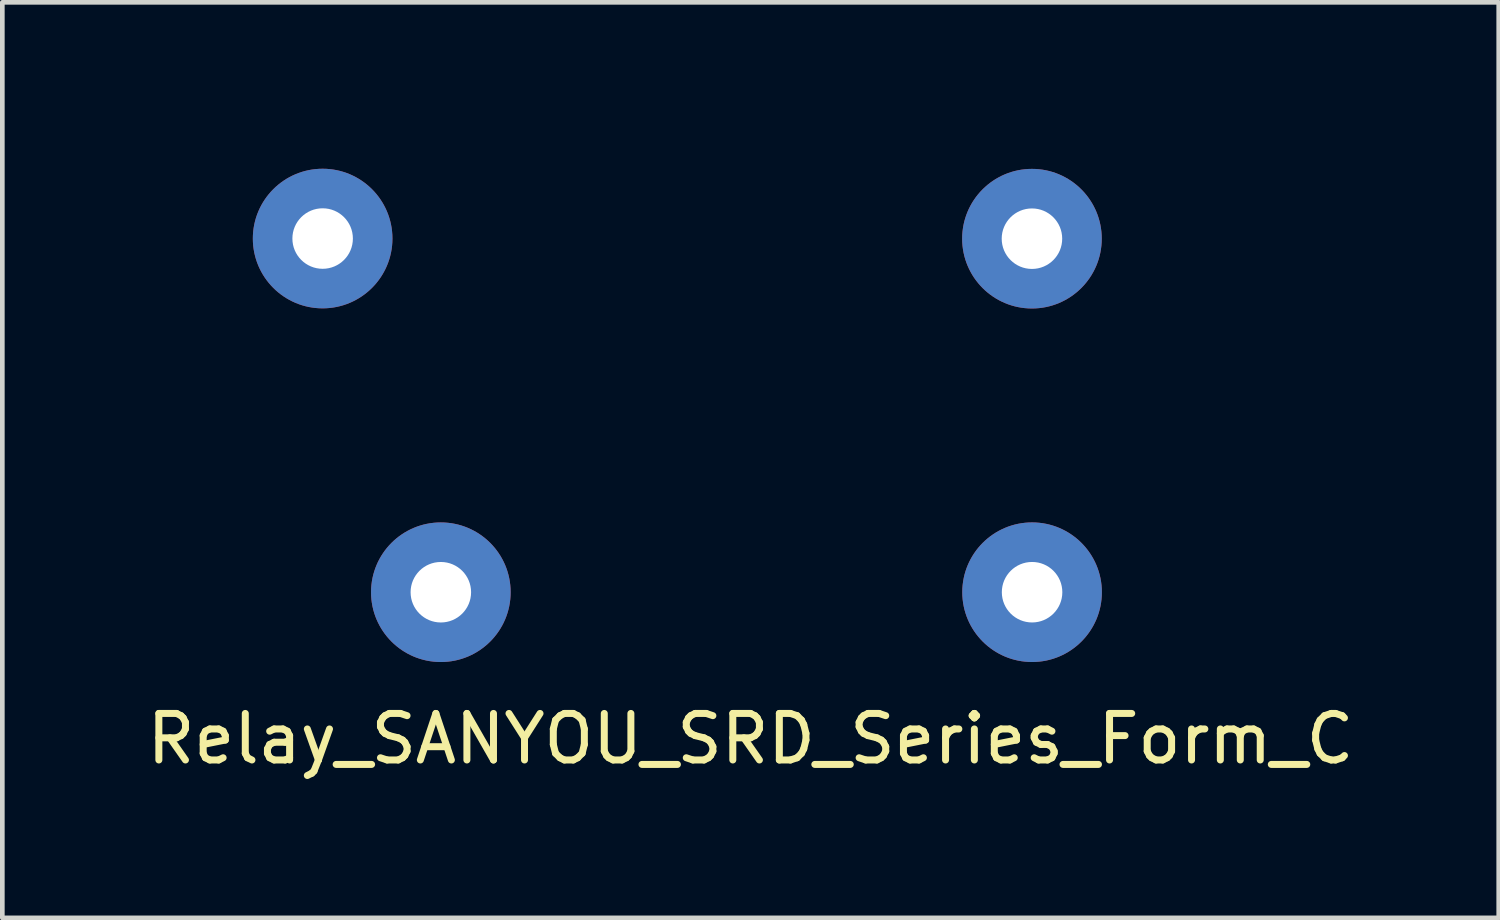
<source format=kicad_pcb>
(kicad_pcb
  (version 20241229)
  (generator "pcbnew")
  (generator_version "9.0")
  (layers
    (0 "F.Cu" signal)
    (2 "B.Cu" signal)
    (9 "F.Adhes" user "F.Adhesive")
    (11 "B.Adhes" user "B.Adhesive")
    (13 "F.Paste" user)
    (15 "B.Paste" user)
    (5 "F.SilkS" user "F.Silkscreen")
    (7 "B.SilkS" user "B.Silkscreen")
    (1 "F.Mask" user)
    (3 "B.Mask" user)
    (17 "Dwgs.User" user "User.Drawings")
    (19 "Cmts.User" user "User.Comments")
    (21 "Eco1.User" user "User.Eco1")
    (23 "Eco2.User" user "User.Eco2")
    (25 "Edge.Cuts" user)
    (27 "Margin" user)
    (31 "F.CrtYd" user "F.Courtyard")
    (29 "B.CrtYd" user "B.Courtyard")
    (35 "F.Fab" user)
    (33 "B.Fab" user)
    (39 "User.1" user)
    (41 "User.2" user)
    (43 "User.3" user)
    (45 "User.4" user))
  (footprint "Relay_SANYOU_SRD_Series_Form_C"
    (layer "F.Cu")
    (at 19.128 9.676)
    (property "Reference" "Relay_SANYOU_SRD_Series_Form_C" (at -6.05 3.15 0) (layer "F.SilkS") (effects (font (size 1 1) (thickness 0.15))))
    (attr through_hole)
    (fp_line (start -17.308 1.951) (end 1.986 1.92) (stroke (width 0.15) (type solid)) (layer "B.Paste"))
    (fp_line (start -17.275 -9.601) (end -17.308 1.951) (stroke (width 0.15) (type solid)) (layer "B.Paste"))
    (fp_line (start -13.802 -7.549) (end -12.741 -7.549) (stroke (width 0.15) (type solid)) (layer "B.Paste"))
    (fp_line (start -12.741 -7.549) (end -12.741 -5.202) (stroke (width 0.15) (type solid)) (layer "B.Paste"))
    (fp_line (start -12.713 -3.805) (end -12.769 -3.693) (stroke (width 0.15) (type solid)) (layer "B.Paste"))
    (fp_line (start -12.713 -1.542) (end -12.713 -3.805) (stroke (width 0.15) (type solid)) (layer "B.Paste"))
    (fp_line (start -12.601 -3.889) (end -12.154 -5.118) (stroke (width 0.15) (type solid)) (layer "B.Paste"))
    (fp_line (start -12.581 -3.924) (end -12.725 -3.635) (stroke (width 0.15) (type solid)) (layer "B.Paste"))
    (fp_line (start -0.826 -2.454) (end -0.826 -4.877) (stroke (width 0.15) (type solid)) (layer "B.Paste"))
    (fp_line (start -0.795 -4.877) (end 0.988 -4.877) (stroke (width 0.15) (type solid)) (layer "B.Paste"))
    (fp_line (start -0.003 -4.923) (end 0.013 -5.959) (stroke (width 0.15) (type solid)) (layer "B.Paste"))
    (fp_line (start 0.013 -5.959) (end 0.013 -5.944) (stroke (width 0.15) (type solid)) (layer "B.Paste"))
    (fp_line (start 0.028 -2.454) (end 0.013 -1.692) (stroke (width 0.15) (type solid)) (layer "B.Paste"))
    (fp_line (start 0.988 -4.877) (end 1.003 -2.438) (stroke (width 0.15) (type solid)) (layer "B.Paste"))
    (fp_line (start 1.003 -2.438) (end -0.826 -2.454) (stroke (width 0.15) (type solid)) (layer "B.Paste"))
    (fp_line (start 1.986 -9.601) (end -17.275 -9.601) (stroke (width 0.15) (type solid)) (layer "B.Paste"))
    (fp_line (start 1.986 1.92) (end 1.991 1.615) (stroke (width 0.15) (type solid)) (layer "B.Paste"))
    (fp_line (start 1.999 1.623) (end 1.986 -9.601) (stroke (width 0.15) (type solid)) (layer "B.Paste"))
    (pad "1" thru_hole circle (at -15.245 -7.6 90) (size 3 3) (drill 1.3) (layers "*.Cu" "*.Mask"))
    (pad "2" thru_hole circle (at -12.705 0 90) (size 3 3) (drill 1.3) (layers "*.Cu" "*.Mask"))
    (pad "3" thru_hole circle (at -0.00034 -0.00028 90) (size 3 3) (drill 1.3) (layers "*.Cu" "*.Mask"))
    (pad "4" thru_hole circle (at -0.003 -7.597 90) (size 3 3) (drill 1.3) (layers "*.Cu" "*.Mask")))
  (gr_rect
    (start -3 -3)
    (end 29.155 16.674)
    (stroke (width 0.1) (type default))
    (fill no)
    (layer "Edge.Cuts")))
</source>
